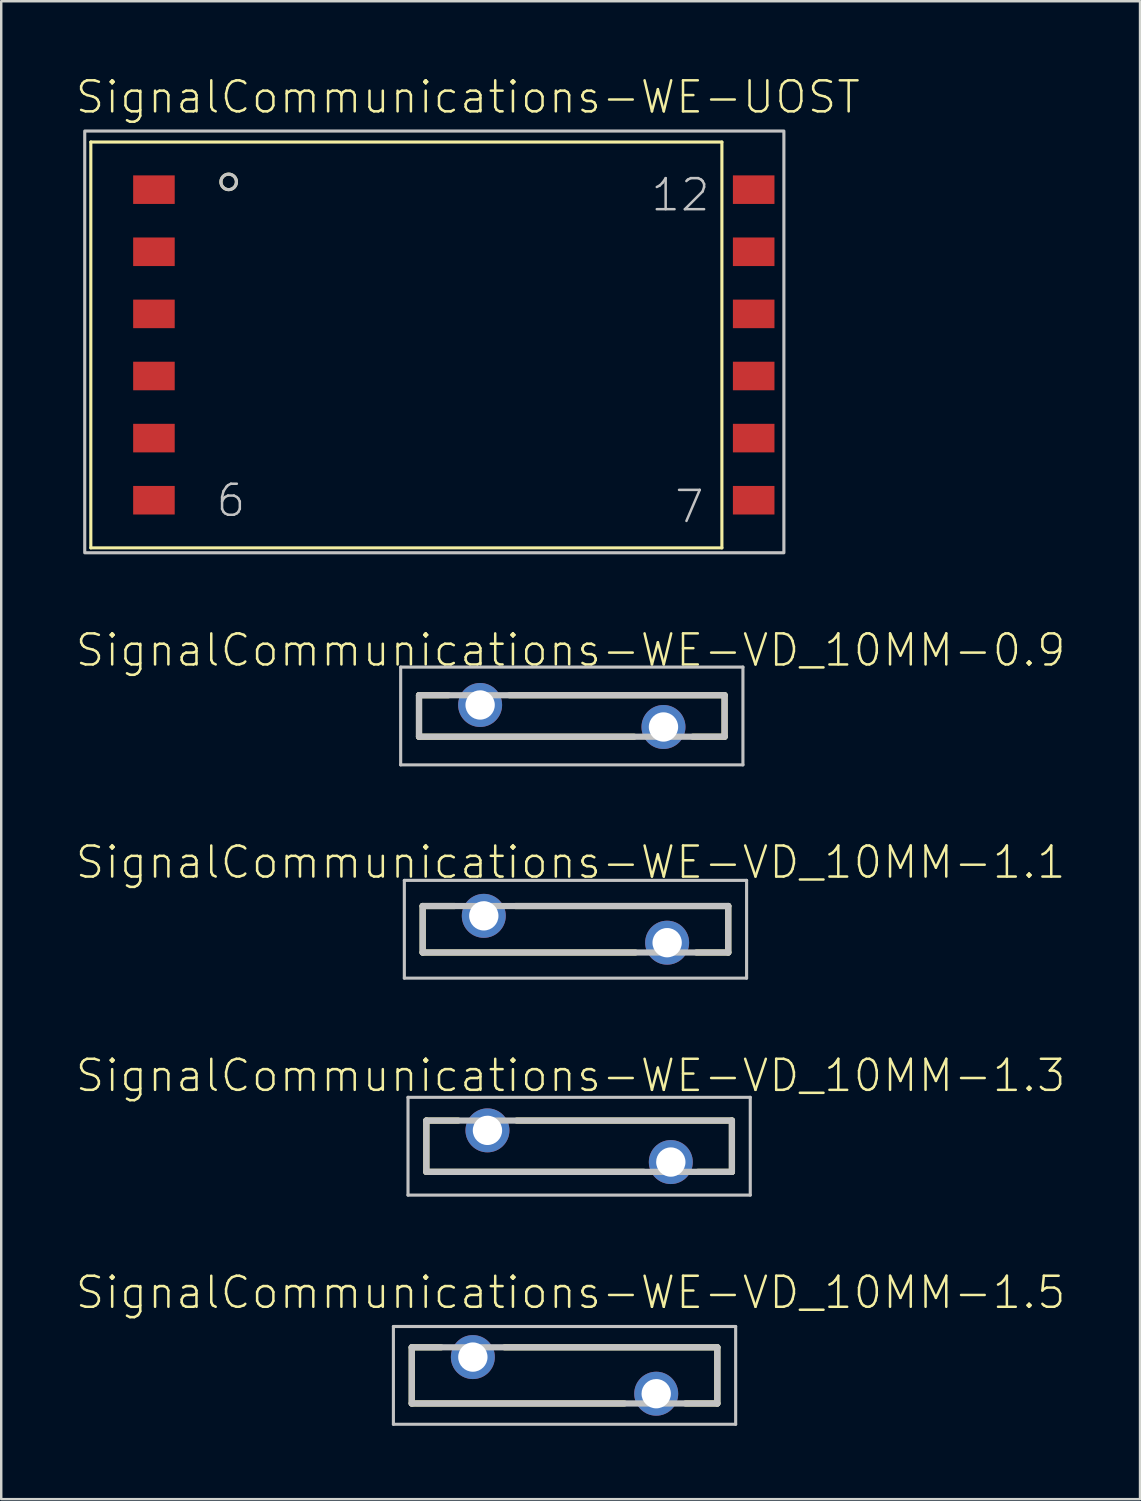
<source format=kicad_pcb>
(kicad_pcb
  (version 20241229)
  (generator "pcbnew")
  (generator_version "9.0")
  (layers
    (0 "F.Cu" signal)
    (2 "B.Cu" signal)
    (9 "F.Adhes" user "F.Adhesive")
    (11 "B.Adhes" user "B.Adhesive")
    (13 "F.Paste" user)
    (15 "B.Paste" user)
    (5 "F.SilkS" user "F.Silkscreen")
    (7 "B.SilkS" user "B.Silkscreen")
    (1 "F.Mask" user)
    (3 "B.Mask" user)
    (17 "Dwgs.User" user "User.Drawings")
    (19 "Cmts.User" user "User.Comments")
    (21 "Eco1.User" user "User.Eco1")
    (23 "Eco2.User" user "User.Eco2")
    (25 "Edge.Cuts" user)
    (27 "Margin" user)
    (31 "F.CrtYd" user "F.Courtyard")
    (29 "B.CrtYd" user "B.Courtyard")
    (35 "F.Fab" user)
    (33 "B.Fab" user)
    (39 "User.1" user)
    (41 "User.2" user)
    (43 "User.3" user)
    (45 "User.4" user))
  (footprint "SignalCommunications-WE-VD_10MM-0.9"
    (layer "F.Cu")
    (at 20.333 26.229)
    (property "Reference" "SignalCommunications-WE-VD_10MM-0.9" (at -0.048 -2.69 0) (layer "F.SilkS") (effects (font (size 1.27 1.27) (thickness 0.102))))
    (attr exclude_from_pos_files exclude_from_bom)
    (fp_line (start -6.248 -0.848) (end -5.05 -0.848) (stroke (width 0.254) (type solid)) (layer "F.SilkS"))
    (fp_line (start -6.248 0.848) (end -6.248 -0.848) (stroke (width 0.254) (type solid)) (layer "F.SilkS"))
    (fp_line (start -2.548 -0.848) (end 6.248 -0.848) (stroke (width 0.254) (type solid)) (layer "F.SilkS"))
    (fp_line (start 2.548 0.848) (end -6.248 0.848) (stroke (width 0.254) (type solid)) (layer "F.SilkS"))
    (fp_line (start 6.248 -0.848) (end 6.248 0.848) (stroke (width 0.254) (type solid)) (layer "F.SilkS"))
    (fp_line (start 6.248 0.848) (end 4.948 0.848) (stroke (width 0.254) (type solid)) (layer "F.SilkS"))
    (fp_line (start -6.998 -1.999) (end -6.998 1.999) (stroke (width 0.127) (type solid)) (layer "Dwgs.User"))
    (fp_line (start -6.998 1.999) (end 6.998 1.999) (stroke (width 0.127) (type solid)) (layer "Dwgs.User"))
    (fp_line (start -6.248 -0.848) (end -6.248 0.848) (stroke (width 0.254) (type solid)) (layer "Dwgs.User"))
    (fp_line (start -6.248 0.848) (end 6.248 0.848) (stroke (width 0.254) (type solid)) (layer "Dwgs.User"))
    (fp_line (start 6.248 -0.848) (end -6.248 -0.848) (stroke (width 0.254) (type solid)) (layer "Dwgs.User"))
    (fp_line (start 6.248 0.848) (end 6.248 -0.848) (stroke (width 0.254) (type solid)) (layer "Dwgs.User"))
    (fp_line (start 6.998 -1.999) (end -6.998 -1.999) (stroke (width 0.127) (type solid)) (layer "Dwgs.User"))
    (fp_line (start 6.998 1.999) (end 6.998 -1.999) (stroke (width 0.127) (type solid)) (layer "Dwgs.User"))
    (pad "1" thru_hole circle (at -3.749 -0.45) (size 1.798 1.798) (drill 1.199) (layers "*.Cu" "*.Paste" "*.Mask"))
    (pad "2" thru_hole circle (at 3.749 0.45) (size 1.798 1.798) (drill 1.199) (layers "*.Cu" "*.Paste" "*.Mask")))
  (footprint "SignalCommunications-WE-VD_10MM-1.5"
    (layer "F.Cu")
    (at 20.036 53.195)
    (property "Reference" "SignalCommunications-WE-VD_10MM-1.5" (at 0.249 -3.388 0) (layer "F.SilkS") (effects (font (size 1.27 1.27) (thickness 0.102))))
    (attr exclude_from_pos_files exclude_from_bom)
    (fp_line (start -6.248 -1.148) (end -5.05 -1.148) (stroke (width 0.254) (type solid)) (layer "F.SilkS"))
    (fp_line (start -6.248 1.148) (end -6.248 -1.148) (stroke (width 0.254) (type solid)) (layer "F.SilkS"))
    (fp_line (start -2.449 -1.148) (end 6.248 -1.148) (stroke (width 0.254) (type solid)) (layer "F.SilkS"))
    (fp_line (start 2.449 1.148) (end -6.248 1.148) (stroke (width 0.254) (type solid)) (layer "F.SilkS"))
    (fp_line (start 6.248 -1.148) (end 6.248 1.148) (stroke (width 0.254) (type solid)) (layer "F.SilkS"))
    (fp_line (start 6.248 1.148) (end 4.948 1.148) (stroke (width 0.254) (type solid)) (layer "F.SilkS"))
    (fp_line (start -6.998 -1.999) (end -6.998 1.999) (stroke (width 0.127) (type solid)) (layer "Dwgs.User"))
    (fp_line (start -6.998 1.999) (end 6.998 1.999) (stroke (width 0.127) (type solid)) (layer "Dwgs.User"))
    (fp_line (start -6.248 -1.148) (end 6.248 -1.148) (stroke (width 0.254) (type solid)) (layer "Dwgs.User"))
    (fp_line (start -6.248 1.148) (end -6.248 -1.148) (stroke (width 0.254) (type solid)) (layer "Dwgs.User"))
    (fp_line (start -6.149 1.148) (end -6.248 1.148) (stroke (width 0.254) (type solid)) (layer "Dwgs.User"))
    (fp_line (start 6.248 -1.148) (end 6.248 1.148) (stroke (width 0.254) (type solid)) (layer "Dwgs.User"))
    (fp_line (start 6.248 1.148) (end -6.048 1.148) (stroke (width 0.254) (type solid)) (layer "Dwgs.User"))
    (fp_line (start 6.998 -1.999) (end -6.998 -1.999) (stroke (width 0.127) (type solid)) (layer "Dwgs.User"))
    (fp_line (start 6.998 1.999) (end 6.998 -1.999) (stroke (width 0.127) (type solid)) (layer "Dwgs.User"))
    (pad "1" thru_hole circle (at -3.749 -0.749) (size 1.798 1.798) (drill 1.199) (layers "*.Cu" "*.Paste" "*.Mask"))
    (pad "2" thru_hole circle (at 3.749 0.749) (size 1.798 1.798) (drill 1.199) (layers "*.Cu" "*.Paste" "*.Mask")))
  (footprint "SignalCommunications-WE-VD_10MM-1.1"
    (layer "F.Cu")
    (at 20.483 34.951)
    (property "Reference" "SignalCommunications-WE-VD_10MM-1.1" (at -0.198 -2.738 0) (layer "F.SilkS") (effects (font (size 1.27 1.27) (thickness 0.102))))
    (attr exclude_from_pos_files exclude_from_bom)
    (fp_line (start -6.248 -0.95) (end -4.948 -0.95) (stroke (width 0.254) (type solid)) (layer "F.SilkS"))
    (fp_line (start -6.248 0.95) (end -6.248 -0.95) (stroke (width 0.254) (type solid)) (layer "F.SilkS"))
    (fp_line (start -2.449 -0.95) (end 6.248 -0.95) (stroke (width 0.254) (type solid)) (layer "F.SilkS"))
    (fp_line (start 2.449 0.95) (end -6.248 0.95) (stroke (width 0.254) (type solid)) (layer "F.SilkS"))
    (fp_line (start 6.248 -0.95) (end 6.248 0.95) (stroke (width 0.254) (type solid)) (layer "F.SilkS"))
    (fp_line (start 6.248 0.95) (end 4.948 0.95) (stroke (width 0.254) (type solid)) (layer "F.SilkS"))
    (fp_line (start -6.998 -1.999) (end -6.998 1.999) (stroke (width 0.127) (type solid)) (layer "Dwgs.User"))
    (fp_line (start -6.998 1.999) (end 6.998 1.999) (stroke (width 0.127) (type solid)) (layer "Dwgs.User"))
    (fp_line (start -6.248 -0.95) (end 6.248 -0.95) (stroke (width 0.254) (type solid)) (layer "Dwgs.User"))
    (fp_line (start -6.248 0.95) (end -6.248 -0.95) (stroke (width 0.254) (type solid)) (layer "Dwgs.User"))
    (fp_line (start 6.248 -0.95) (end 6.248 0.95) (stroke (width 0.254) (type solid)) (layer "Dwgs.User"))
    (fp_line (start 6.248 0.95) (end -6.248 0.95) (stroke (width 0.254) (type solid)) (layer "Dwgs.User"))
    (fp_line (start 6.998 -1.999) (end -6.998 -1.999) (stroke (width 0.127) (type solid)) (layer "Dwgs.User"))
    (fp_line (start 6.998 1.999) (end 6.998 -1.999) (stroke (width 0.127) (type solid)) (layer "Dwgs.User"))
    (pad "1" thru_hole circle (at -3.749 -0.549) (size 1.798 1.798) (drill 1.199) (layers "*.Cu" "*.Paste" "*.Mask"))
    (pad "2" thru_hole circle (at 3.749 0.549) (size 1.798 1.798) (drill 1.199) (layers "*.Cu" "*.Paste" "*.Mask")))
  (footprint "SignalCommunications-WE-VD_10MM-1.3"
    (layer "F.Cu")
    (at 20.633 43.823)
    (property "Reference" "SignalCommunications-WE-VD_10MM-1.3" (at -0.348 -2.888 0) (layer "F.SilkS") (effects (font (size 1.27 1.27) (thickness 0.102))))
    (attr exclude_from_pos_files exclude_from_bom)
    (fp_line (start -6.248 -1.049) (end -4.948 -1.049) (stroke (width 0.254) (type solid)) (layer "F.SilkS"))
    (fp_line (start -6.248 1.049) (end -6.248 -1.049) (stroke (width 0.254) (type solid)) (layer "F.SilkS"))
    (fp_line (start -2.548 -1.049) (end 6.248 -1.049) (stroke (width 0.254) (type solid)) (layer "F.SilkS"))
    (fp_line (start 2.649 1.049) (end -6.248 1.049) (stroke (width 0.254) (type solid)) (layer "F.SilkS"))
    (fp_line (start 6.248 -1.049) (end 6.248 1.049) (stroke (width 0.254) (type solid)) (layer "F.SilkS"))
    (fp_line (start 6.248 1.049) (end 4.849 1.049) (stroke (width 0.254) (type solid)) (layer "F.SilkS"))
    (fp_line (start -6.998 -1.999) (end 6.998 -1.999) (stroke (width 0.127) (type solid)) (layer "Dwgs.User"))
    (fp_line (start -6.998 1.999) (end -6.998 -1.999) (stroke (width 0.127) (type solid)) (layer "Dwgs.User"))
    (fp_line (start -6.248 -1.049) (end 6.248 -1.049) (stroke (width 0.254) (type solid)) (layer "Dwgs.User"))
    (fp_line (start -6.248 1.049) (end -6.248 -1.049) (stroke (width 0.254) (type solid)) (layer "Dwgs.User"))
    (fp_line (start 6.248 -1.049) (end 6.248 1.049) (stroke (width 0.254) (type solid)) (layer "Dwgs.User"))
    (fp_line (start 6.248 1.049) (end -6.248 1.049) (stroke (width 0.254) (type solid)) (layer "Dwgs.User"))
    (fp_line (start 6.998 -1.999) (end 6.998 1.999) (stroke (width 0.127) (type solid)) (layer "Dwgs.User"))
    (fp_line (start 6.998 1.999) (end -6.998 1.999) (stroke (width 0.127) (type solid)) (layer "Dwgs.User"))
    (pad "1" thru_hole circle (at -3.749 -0.648) (size 1.798 1.798) (drill 1.199) (layers "*.Cu" "*.Paste" "*.Mask"))
    (pad "2" thru_hole circle (at 3.749 0.648) (size 1.798 1.798) (drill 1.199) (layers "*.Cu" "*.Paste" "*.Mask")))
  (footprint "SignalCommunications-WE-UOST"
    (layer "F.Cu")
    (at 15.508 11.056)
    (property "Reference" "SignalCommunications-WE-UOST" (at 0.574 -10.135 0) (layer "F.SilkS") (effects (font (size 1.27 1.27) (thickness 0.102))))
    (attr smd)
    (fp_line (start -14.844 -8.298) (end 10.963 -8.298) (stroke (width 0.127) (type solid)) (layer "F.SilkS"))
    (fp_line (start -14.844 8.298) (end -14.844 -8.298) (stroke (width 0.127) (type solid)) (layer "F.SilkS"))
    (fp_line (start 10.963 -8.298) (end 10.963 8.298) (stroke (width 0.127) (type solid)) (layer "F.SilkS"))
    (fp_line (start 10.963 8.298) (end -14.844 8.298) (stroke (width 0.127) (type solid)) (layer "F.SilkS"))
    (fp_circle (center -9.207 -6.668) (end -9.207 -6.985) (stroke (width 0.127) (type solid)) (fill no) (layer "F.SilkS"))
    (fp_circle (center -9.207 -6.668) (end -9.207 -6.985) (stroke (width 0.127) (type solid)) (fill no) (layer "Dwgs.User"))
    (fp_poly (pts (xy -15.093 -8.748) (xy 13.498 -8.748) (xy 13.498 8.499) (xy -15.093 8.499) (xy -15.093 -8.748)) (stroke (width 0.127) (type solid)) (fill no) (layer "Dwgs.User"))
    (fp_text user "12" (at 9.268 -6.134 0) (layer "Dwgs.User") (effects (font (size 1.27 1.27) (thickness 0.102))))
    (fp_text user "6" (at -9.114 6.363 0) (layer "Dwgs.User") (effects (font (size 1.27 1.27) (thickness 0.102))))
    (fp_text user "7" (at 9.634 6.614 0) (layer "Dwgs.User") (effects (font (size 1.27 1.27) (thickness 0.102))))
    (pad "1" smd rect (at -12.263 -6.35 270) (size 1.168 1.699) (layers "F.Cu" "F.Mask" "F.Paste"))
    (pad "2" smd rect (at -12.263 -3.81 270) (size 1.168 1.699) (layers "F.Cu" "F.Mask" "F.Paste"))
    (pad "3" smd rect (at -12.263 -1.27 270) (size 1.168 1.699) (layers "F.Cu" "F.Mask" "F.Paste"))
    (pad "4" smd rect (at -12.263 1.27 270) (size 1.168 1.699) (layers "F.Cu" "F.Mask" "F.Paste"))
    (pad "5" smd rect (at -12.263 3.81 270) (size 1.168 1.699) (layers "F.Cu" "F.Mask" "F.Paste"))
    (pad "6" smd rect (at -12.263 6.35 270) (size 1.168 1.699) (layers "F.Cu" "F.Mask" "F.Paste"))
    (pad "7" smd rect (at 12.263 6.35 270) (size 1.168 1.699) (layers "F.Cu" "F.Mask" "F.Paste"))
    (pad "8" smd rect (at 12.263 3.81 270) (size 1.168 1.699) (layers "F.Cu" "F.Mask" "F.Paste"))
    (pad "9" smd rect (at 12.263 1.27 270) (size 1.168 1.699) (layers "F.Cu" "F.Mask" "F.Paste"))
    (pad "10" smd rect (at 12.263 -1.27 270) (size 1.168 1.699) (layers "F.Cu" "F.Mask" "F.Paste"))
    (pad "11" smd rect (at 12.263 -3.81 270) (size 1.168 1.699) (layers "F.Cu" "F.Mask" "F.Paste"))
    (pad "12" smd rect (at 12.263 -6.35 270) (size 1.168 1.699) (layers "F.Cu" "F.Mask" "F.Paste")))
  (gr_rect
    (start -3 -3)
    (end 43.57 58.257)
    (stroke (width 0.1) (type default))
    (fill no)
    (layer "Edge.Cuts")))
</source>
